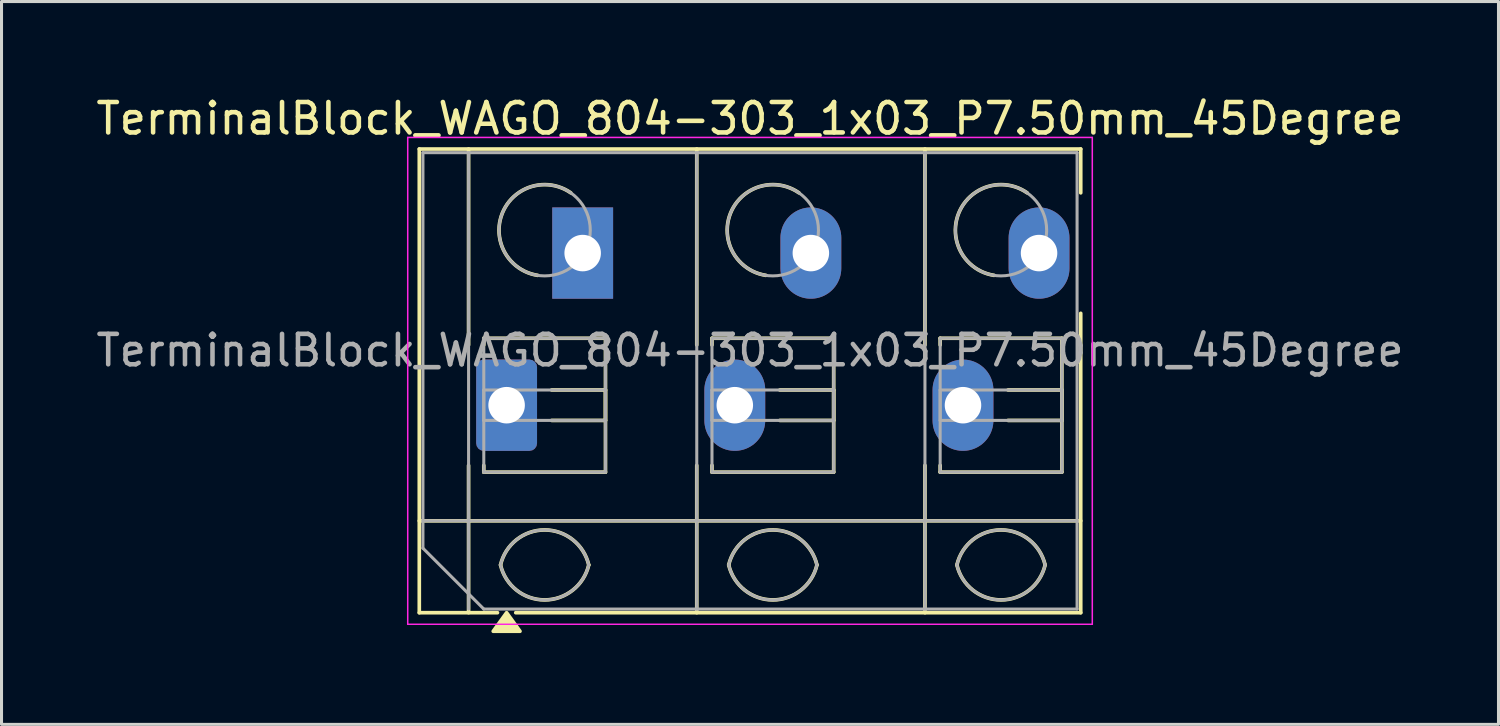
<source format=kicad_pcb>
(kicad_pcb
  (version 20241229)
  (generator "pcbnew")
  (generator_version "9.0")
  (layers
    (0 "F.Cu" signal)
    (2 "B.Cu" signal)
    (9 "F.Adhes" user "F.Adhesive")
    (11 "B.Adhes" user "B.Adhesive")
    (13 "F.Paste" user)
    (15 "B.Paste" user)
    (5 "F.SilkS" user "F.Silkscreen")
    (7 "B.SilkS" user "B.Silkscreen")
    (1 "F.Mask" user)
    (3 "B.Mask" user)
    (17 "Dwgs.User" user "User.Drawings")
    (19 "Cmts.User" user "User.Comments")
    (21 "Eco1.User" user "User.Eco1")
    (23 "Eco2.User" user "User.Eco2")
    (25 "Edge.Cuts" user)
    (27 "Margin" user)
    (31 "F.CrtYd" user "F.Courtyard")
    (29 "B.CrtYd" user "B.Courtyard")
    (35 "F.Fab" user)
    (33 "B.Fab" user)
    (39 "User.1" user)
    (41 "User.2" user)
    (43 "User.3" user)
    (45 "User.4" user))
  (footprint "TerminalBlock_WAGO_804-303_1x03_P7.50mm_45Degree"
    (layer "F.Cu")
    (at 13.601 10.268)
    (property "Reference" "TerminalBlock_WAGO_804-303_1x03_P7.50mm_45Degree" (at 8 -9.42 0) (layer "F.SilkS") (effects (font (size 1 1) (thickness 0.15))))
    (attr through_hole)
    (fp_line (start -2.87 -8.42) (end 18.87 -8.42) (stroke (width 0.12) (type solid)) (layer "F.SilkS"))
    (fp_line (start -2.87 3.8) (end 18.87 3.8) (stroke (width 0.12) (type solid)) (layer "F.SilkS"))
    (fp_line (start -2.87 6.82) (end -2.87 -8.42) (stroke (width 0.12) (type solid)) (layer "F.SilkS"))
    (fp_line (start -1.25 -8.42) (end -1.25 -1.98) (stroke (width 0.12) (type solid)) (layer "F.SilkS"))
    (fp_line (start -1.25 1.98) (end -1.25 6.82) (stroke (width 0.12) (type solid)) (layer "F.SilkS"))
    (fp_line (start -0.75 -2.2) (end 3.25 -2.2) (stroke (width 0.12) (type solid)) (layer "F.SilkS"))
    (fp_line (start -0.75 -1.98) (end -0.75 -2.2) (stroke (width 0.12) (type solid)) (layer "F.SilkS"))
    (fp_line (start -0.75 2.2) (end -0.75 1.98) (stroke (width 0.12) (type solid)) (layer "F.SilkS"))
    (fp_line (start -0.3 6.82) (end -2.87 6.82) (stroke (width 0.12) (type solid)) (layer "F.SilkS"))
    (fp_line (start 1.48 -0.5) (end 3.25 -0.5) (stroke (width 0.12) (type solid)) (layer "F.SilkS"))
    (fp_line (start 3.25 -2.2) (end 3.25 2.2) (stroke (width 0.12) (type solid)) (layer "F.SilkS"))
    (fp_line (start 3.25 -0.5) (end 3.25 0.5) (stroke (width 0.12) (type solid)) (layer "F.SilkS"))
    (fp_line (start 3.25 0.5) (end 1.48 0.5) (stroke (width 0.12) (type solid)) (layer "F.SilkS"))
    (fp_line (start 3.25 2.2) (end -0.75 2.2) (stroke (width 0.12) (type solid)) (layer "F.SilkS"))
    (fp_line (start 6.25 -8.42) (end 6.25 -1.98) (stroke (width 0.12) (type solid)) (layer "F.SilkS"))
    (fp_line (start 6.25 1.98) (end 6.25 6.82) (stroke (width 0.12) (type solid)) (layer "F.SilkS"))
    (fp_line (start 6.75 -2.2) (end 10.75 -2.2) (stroke (width 0.12) (type solid)) (layer "F.SilkS"))
    (fp_line (start 6.75 -1.98) (end 6.75 -2.2) (stroke (width 0.12) (type solid)) (layer "F.SilkS"))
    (fp_line (start 6.75 2.2) (end 6.75 1.98) (stroke (width 0.12) (type solid)) (layer "F.SilkS"))
    (fp_line (start 8.98 -0.5) (end 10.75 -0.5) (stroke (width 0.12) (type solid)) (layer "F.SilkS"))
    (fp_line (start 10.75 -2.2) (end 10.75 2.2) (stroke (width 0.12) (type solid)) (layer "F.SilkS"))
    (fp_line (start 10.75 -0.5) (end 10.75 0.5) (stroke (width 0.12) (type solid)) (layer "F.SilkS"))
    (fp_line (start 10.75 0.5) (end 8.98 0.5) (stroke (width 0.12) (type solid)) (layer "F.SilkS"))
    (fp_line (start 10.75 2.2) (end 6.75 2.2) (stroke (width 0.12) (type solid)) (layer "F.SilkS"))
    (fp_line (start 13.75 -8.42) (end 13.75 -1.98) (stroke (width 0.12) (type solid)) (layer "F.SilkS"))
    (fp_line (start 13.75 1.98) (end 13.75 6.82) (stroke (width 0.12) (type solid)) (layer "F.SilkS"))
    (fp_line (start 14.25 -2.2) (end 18.25 -2.2) (stroke (width 0.12) (type solid)) (layer "F.SilkS"))
    (fp_line (start 14.25 -1.98) (end 14.25 -2.2) (stroke (width 0.12) (type solid)) (layer "F.SilkS"))
    (fp_line (start 14.25 2.2) (end 14.25 1.98) (stroke (width 0.12) (type solid)) (layer "F.SilkS"))
    (fp_line (start 16.48 -0.5) (end 18.25 -0.5) (stroke (width 0.12) (type solid)) (layer "F.SilkS"))
    (fp_line (start 18.25 -2.2) (end 18.25 2.2) (stroke (width 0.12) (type solid)) (layer "F.SilkS"))
    (fp_line (start 18.25 -0.5) (end 18.25 0.5) (stroke (width 0.12) (type solid)) (layer "F.SilkS"))
    (fp_line (start 18.25 0.5) (end 16.48 0.5) (stroke (width 0.12) (type solid)) (layer "F.SilkS"))
    (fp_line (start 18.25 2.2) (end 14.25 2.2) (stroke (width 0.12) (type solid)) (layer "F.SilkS"))
    (fp_line (start 18.87 -8.42) (end 18.87 -6.98) (stroke (width 0.12) (type solid)) (layer "F.SilkS"))
    (fp_line (start 18.87 -3.02) (end 18.87 6.82) (stroke (width 0.12) (type solid)) (layer "F.SilkS"))
    (fp_line (start 18.87 6.82) (end 0.3 6.82) (stroke (width 0.12) (type solid)) (layer "F.SilkS"))
    (fp_arc (start -0.2 5.25) (mid 1.25 4.1) (end 2.7 5.25) (stroke (width 0.12) (type solid)) (layer "F.SilkS"))
    (fp_arc (start 1.02 -4.268) (mid -0.141916 -6.309209) (end 2.109 -6.98) (stroke (width 0.12) (type solid)) (layer "F.SilkS"))
    (fp_arc (start 2.7 5.25) (mid 1.25 6.4) (end -0.2 5.25) (stroke (width 0.12) (type solid)) (layer "F.SilkS"))
    (fp_arc (start 7.3 5.25) (mid 8.75 4.1) (end 10.2 5.25) (stroke (width 0.12) (type solid)) (layer "F.SilkS"))
    (fp_arc (start 8.52 -4.268) (mid 7.358084 -6.309209) (end 9.609 -6.98) (stroke (width 0.12) (type solid)) (layer "F.SilkS"))
    (fp_arc (start 10.2 5.25) (mid 8.75 6.4) (end 7.3 5.25) (stroke (width 0.12) (type solid)) (layer "F.SilkS"))
    (fp_arc (start 14.8 5.25) (mid 16.25 4.1) (end 17.7 5.25) (stroke (width 0.12) (type solid)) (layer "F.SilkS"))
    (fp_arc (start 16.02 -4.268) (mid 14.858084 -6.309209) (end 17.109 -6.98) (stroke (width 0.12) (type solid)) (layer "F.SilkS"))
    (fp_arc (start 17.7 5.25) (mid 16.25 6.4) (end 14.8 5.25) (stroke (width 0.12) (type solid)) (layer "F.SilkS"))
    (fp_poly (pts (xy 0 6.82) (xy 0.44 7.43) (xy -0.44 7.43)) (stroke (width 0.12) (type solid)) (fill yes) (layer "F.SilkS"))
    (fp_line (start -3.25 -8.8) (end -3.25 7.2) (stroke (width 0.05) (type solid)) (layer "F.CrtYd"))
    (fp_line (start -3.25 7.2) (end 19.25 7.2) (stroke (width 0.05) (type solid)) (layer "F.CrtYd"))
    (fp_line (start 19.25 -8.8) (end -3.25 -8.8) (stroke (width 0.05) (type solid)) (layer "F.CrtYd"))
    (fp_line (start 19.25 7.2) (end 19.25 -8.8) (stroke (width 0.05) (type solid)) (layer "F.CrtYd"))
    (fp_line (start -2.75 -8.3) (end 18.75 -8.3) (stroke (width 0.1) (type solid)) (layer "F.Fab"))
    (fp_line (start -2.75 3.8) (end 18.75 3.8) (stroke (width 0.1) (type solid)) (layer "F.Fab"))
    (fp_line (start -2.75 4.7) (end -2.75 -8.3) (stroke (width 0.1) (type solid)) (layer "F.Fab"))
    (fp_line (start -1.25 -8.3) (end -1.25 6.7) (stroke (width 0.1) (type solid)) (layer "F.Fab"))
    (fp_line (start -0.75 -2.2) (end -0.75 2.2) (stroke (width 0.1) (type solid)) (layer "F.Fab"))
    (fp_line (start -0.75 -0.5) (end -0.75 0.5) (stroke (width 0.1) (type solid)) (layer "F.Fab"))
    (fp_line (start -0.75 0.5) (end 3.25 0.5) (stroke (width 0.1) (type solid)) (layer "F.Fab"))
    (fp_line (start -0.75 2.2) (end 3.25 2.2) (stroke (width 0.1) (type solid)) (layer "F.Fab"))
    (fp_line (start -0.75 6.7) (end -2.75 4.7) (stroke (width 0.1) (type solid)) (layer "F.Fab"))
    (fp_line (start 3.25 -2.2) (end -0.75 -2.2) (stroke (width 0.1) (type solid)) (layer "F.Fab"))
    (fp_line (start 3.25 -0.5) (end -0.75 -0.5) (stroke (width 0.1) (type solid)) (layer "F.Fab"))
    (fp_line (start 3.25 0.5) (end 3.25 -0.5) (stroke (width 0.1) (type solid)) (layer "F.Fab"))
    (fp_line (start 3.25 2.2) (end 3.25 -2.2) (stroke (width 0.1) (type solid)) (layer "F.Fab"))
    (fp_line (start 6.25 -8.3) (end 6.25 6.7) (stroke (width 0.1) (type solid)) (layer "F.Fab"))
    (fp_line (start 6.75 -2.2) (end 6.75 2.2) (stroke (width 0.1) (type solid)) (layer "F.Fab"))
    (fp_line (start 6.75 -0.5) (end 6.75 0.5) (stroke (width 0.1) (type solid)) (layer "F.Fab"))
    (fp_line (start 6.75 0.5) (end 10.75 0.5) (stroke (width 0.1) (type solid)) (layer "F.Fab"))
    (fp_line (start 6.75 2.2) (end 10.75 2.2) (stroke (width 0.1) (type solid)) (layer "F.Fab"))
    (fp_line (start 10.75 -2.2) (end 6.75 -2.2) (stroke (width 0.1) (type solid)) (layer "F.Fab"))
    (fp_line (start 10.75 -0.5) (end 6.75 -0.5) (stroke (width 0.1) (type solid)) (layer "F.Fab"))
    (fp_line (start 10.75 0.5) (end 10.75 -0.5) (stroke (width 0.1) (type solid)) (layer "F.Fab"))
    (fp_line (start 10.75 2.2) (end 10.75 -2.2) (stroke (width 0.1) (type solid)) (layer "F.Fab"))
    (fp_line (start 13.75 -8.3) (end 13.75 6.7) (stroke (width 0.1) (type solid)) (layer "F.Fab"))
    (fp_line (start 14.25 -2.2) (end 14.25 2.2) (stroke (width 0.1) (type solid)) (layer "F.Fab"))
    (fp_line (start 14.25 -0.5) (end 14.25 0.5) (stroke (width 0.1) (type solid)) (layer "F.Fab"))
    (fp_line (start 14.25 0.5) (end 18.25 0.5) (stroke (width 0.1) (type solid)) (layer "F.Fab"))
    (fp_line (start 14.25 2.2) (end 18.25 2.2) (stroke (width 0.1) (type solid)) (layer "F.Fab"))
    (fp_line (start 18.25 -2.2) (end 14.25 -2.2) (stroke (width 0.1) (type solid)) (layer "F.Fab"))
    (fp_line (start 18.25 -0.5) (end 14.25 -0.5) (stroke (width 0.1) (type solid)) (layer "F.Fab"))
    (fp_line (start 18.25 0.5) (end 18.25 -0.5) (stroke (width 0.1) (type solid)) (layer "F.Fab"))
    (fp_line (start 18.25 2.2) (end 18.25 -2.2) (stroke (width 0.1) (type solid)) (layer "F.Fab"))
    (fp_line (start 18.75 -8.3) (end 18.75 6.7) (stroke (width 0.1) (type solid)) (layer "F.Fab"))
    (fp_line (start 18.75 6.7) (end -0.75 6.7) (stroke (width 0.1) (type solid)) (layer "F.Fab"))
    (fp_arc (start -0.2 5.25) (mid 1.25 4.1) (end 2.7 5.25) (stroke (width 0.1) (type solid)) (layer "F.Fab"))
    (fp_arc (start 2.7 5.25) (mid 1.25 6.4) (end -0.2 5.25) (stroke (width 0.1) (type solid)) (layer "F.Fab"))
    (fp_arc (start 7.3 5.25) (mid 8.75 4.1) (end 10.2 5.25) (stroke (width 0.1) (type solid)) (layer "F.Fab"))
    (fp_arc (start 10.2 5.25) (mid 8.75 6.4) (end 7.3 5.25) (stroke (width 0.1) (type solid)) (layer "F.Fab"))
    (fp_arc (start 14.8 5.25) (mid 16.25 4.1) (end 17.7 5.25) (stroke (width 0.1) (type solid)) (layer "F.Fab"))
    (fp_arc (start 17.7 5.25) (mid 16.25 6.4) (end 14.8 5.25) (stroke (width 0.1) (type solid)) (layer "F.Fab"))
    (fp_circle (center 1.25 -5.75) (end 2.75 -5.75) (stroke (width 0.1) (type solid)) (fill no) (layer "F.Fab"))
    (fp_circle (center 8.75 -5.75) (end 10.25 -5.75) (stroke (width 0.1) (type solid)) (fill no) (layer "F.Fab"))
    (fp_circle (center 16.25 -5.75) (end 17.75 -5.75) (stroke (width 0.1) (type solid)) (fill no) (layer "F.Fab"))
    (fp_text user "${REFERENCE}" (at 8 -1.8 0) (layer "F.Fab") (effects (font (size 1 1) (thickness 0.15))))
    (pad "1" thru_hole roundrect (at 0 0) (size 2 3) (drill 1.2) (layers "*.Cu" "*.Mask") (roundrect_rratio 0.125))
    (pad "1" thru_hole rect (at 2.5 -5) (size 2 3) (drill 1.2) (layers "*.Cu" "*.Mask"))
    (pad "2" thru_hole oval (at 7.5 0) (size 2 3) (drill 1.2) (layers "*.Cu" "*.Mask"))
    (pad "2" thru_hole oval (at 10 -5) (size 2 3) (drill 1.2) (layers "*.Cu" "*.Mask"))
    (pad "3" thru_hole oval (at 15 0) (size 2 3) (drill 1.2) (layers "*.Cu" "*.Mask"))
    (pad "3" thru_hole oval (at 17.5 -5) (size 2 3) (drill 1.2) (layers "*.Cu" "*.Mask")))
  (gr_rect
    (start -3 -3)
    (end 46.202 20.758)
    (stroke (width 0.1) (type default))
    (fill no)
    (layer "Edge.Cuts")))
</source>
